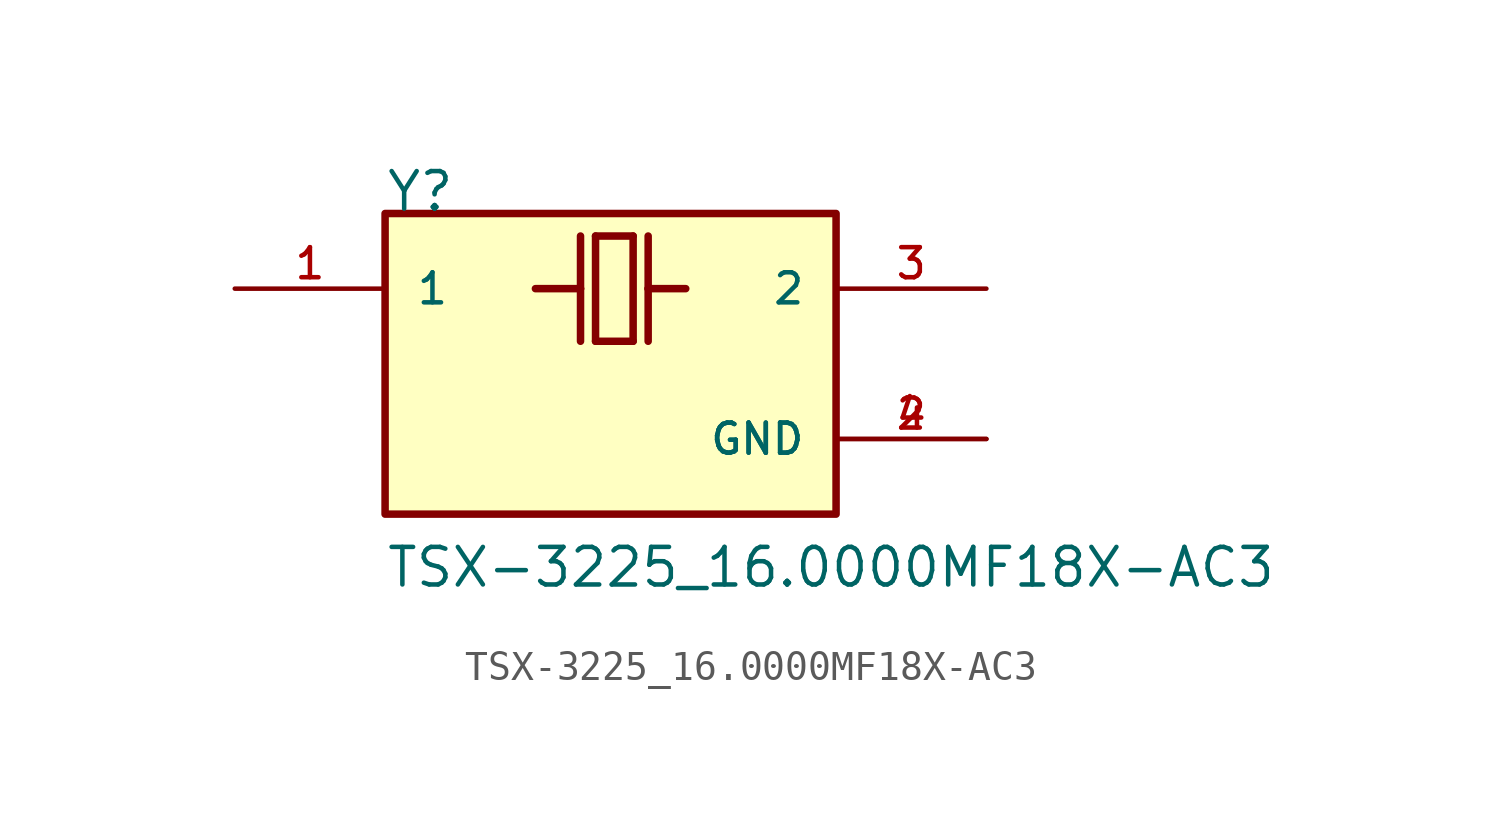
<source format=kicad_sym>
(kicad_symbol_lib
  (version 20211014)
  (generator kicad_symbol_editor)
  (symbol "TSX-3225_16.0000MF18X-AC3"
    (pin_names
      (offset 1.016))
    (property "Reference" "Y"
      (at -7.62 5.08 0)
      (effects (font (size 1.27 1.27)) (justify bottom left)))
    (property "Value" "TSX-3225_16.0000MF18X-AC3"
      (at -7.62 -7.62 0)
      (effects (font (size 1.27 1.27)) (justify bottom left)))
    (symbol "TSX-3225_16.0000MF18X-AC3_0_0"
      (polyline (pts (xy -1.016 4.318) (xy -1.016 2.54)) (stroke (width 0.254)))
      (polyline (pts (xy -1.016 2.54) (xy -1.016 0.762)) (stroke (width 0.254)))
      (polyline (pts (xy 1.27 4.318) (xy 1.27 2.54)) (stroke (width 0.254)))
      (polyline (pts (xy 1.27 2.54) (xy 1.27 0.762)) (stroke (width 0.254)))
      (polyline (pts (xy -1.016 2.54) (xy -2.54 2.54)) (stroke (width 0.254)))
      (polyline (pts (xy 2.54 2.54) (xy 1.27 2.54)) (stroke (width 0.254)))
      (polyline (pts (xy -0.508 4.318) (xy 0.762 4.318)) (stroke (width 0.254)))
      (polyline (pts (xy 0.762 4.318) (xy 0.762 0.762)) (stroke (width 0.254)))
      (polyline (pts (xy 0.762 0.762) (xy -0.508 0.762)) (stroke (width 0.254)))
      (polyline (pts (xy -0.508 0.762) (xy -0.508 4.318)) (stroke (width 0.254)))
      (rectangle (start -7.62 -5.08) (end 7.62 5.08) (stroke (width 0.254)) (fill (type background)))
      (pin passive line (at -12.7 2.54 0) (length 5.08) (name "1" (effects (font (size 1.016 1.016)))) (number "1" (effects (font (size 1.016 1.016)))))
      (pin passive line (at 12.7 2.54 180.0) (length 5.08) (name "2" (effects (font (size 1.016 1.016)))) (number "3" (effects (font (size 1.016 1.016)))))
      (pin power_in line (at 12.7 -2.54 180.0) (length 5.08) (name "GND" (effects (font (size 1.016 1.016)))) (number "2" (effects (font (size 1.016 1.016)))))
      (pin power_in line (at 12.7 -2.54 180.0) (length 5.08) (name "GND" (effects (font (size 1.016 1.016)))) (number "4" (effects (font (size 1.016 1.016))))))))
</source>
